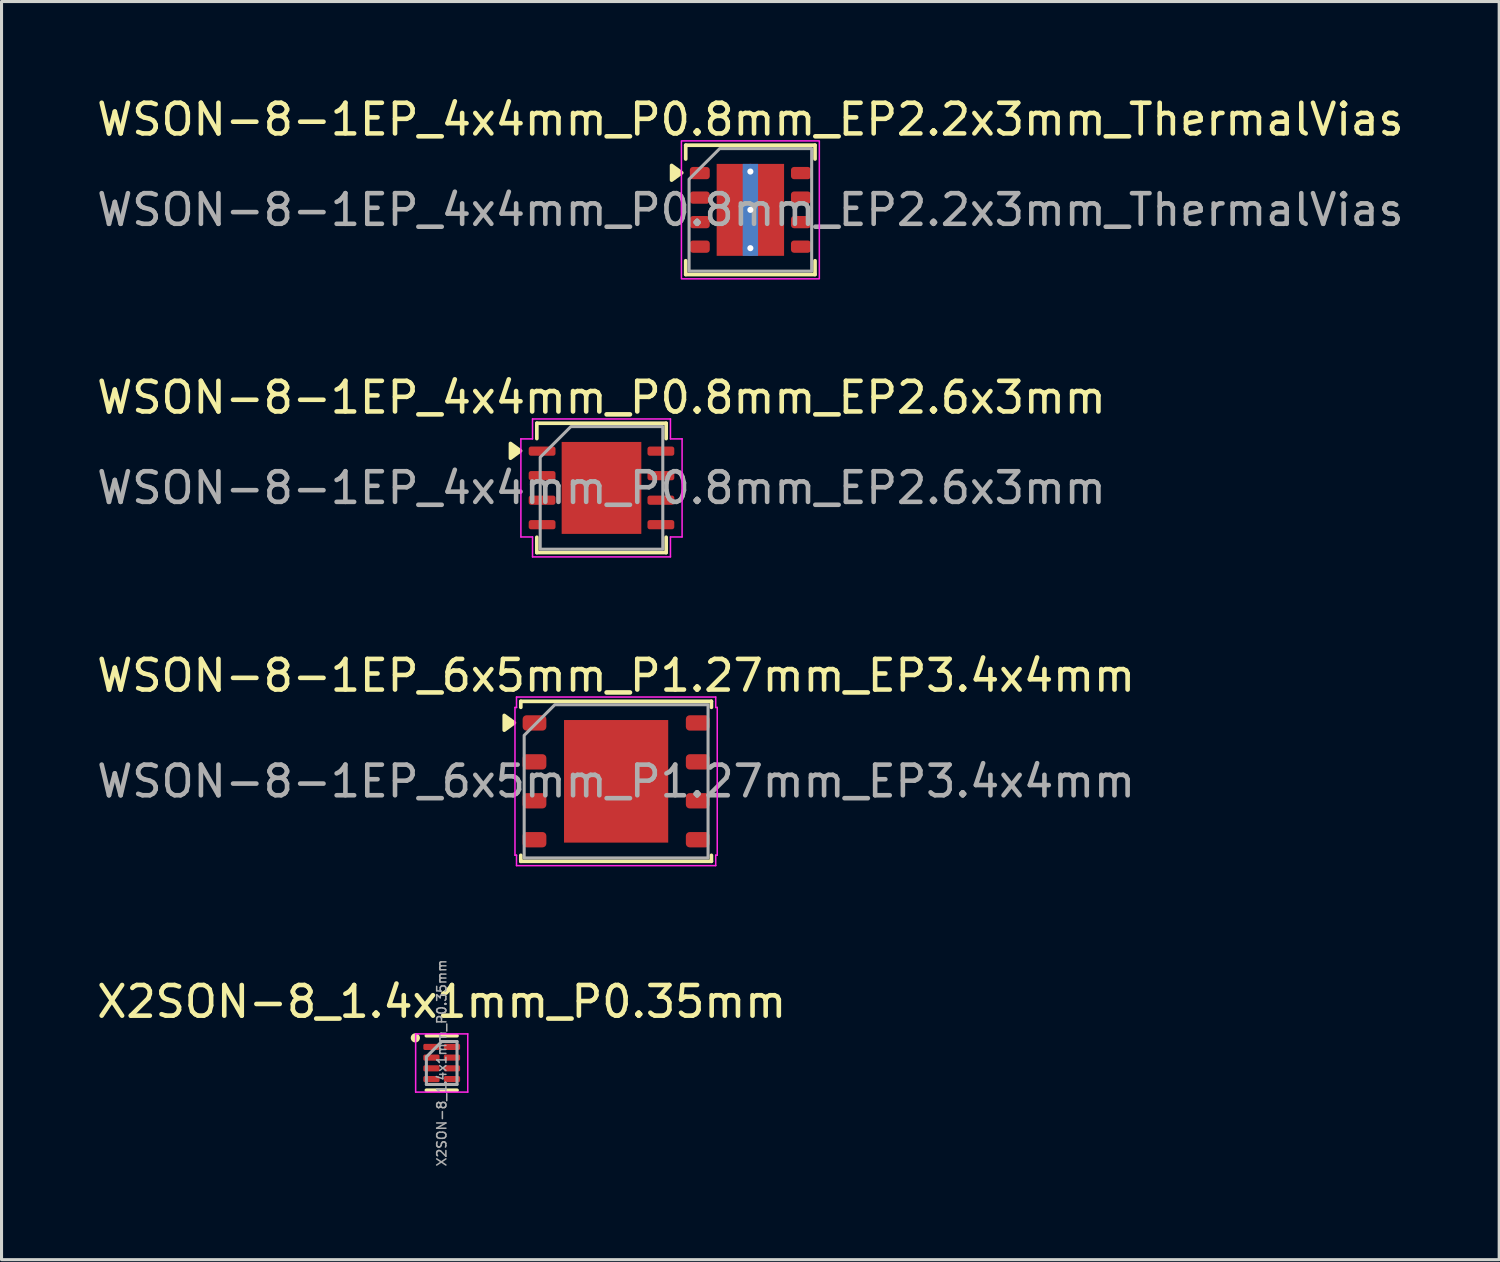
<source format=kicad_pcb>
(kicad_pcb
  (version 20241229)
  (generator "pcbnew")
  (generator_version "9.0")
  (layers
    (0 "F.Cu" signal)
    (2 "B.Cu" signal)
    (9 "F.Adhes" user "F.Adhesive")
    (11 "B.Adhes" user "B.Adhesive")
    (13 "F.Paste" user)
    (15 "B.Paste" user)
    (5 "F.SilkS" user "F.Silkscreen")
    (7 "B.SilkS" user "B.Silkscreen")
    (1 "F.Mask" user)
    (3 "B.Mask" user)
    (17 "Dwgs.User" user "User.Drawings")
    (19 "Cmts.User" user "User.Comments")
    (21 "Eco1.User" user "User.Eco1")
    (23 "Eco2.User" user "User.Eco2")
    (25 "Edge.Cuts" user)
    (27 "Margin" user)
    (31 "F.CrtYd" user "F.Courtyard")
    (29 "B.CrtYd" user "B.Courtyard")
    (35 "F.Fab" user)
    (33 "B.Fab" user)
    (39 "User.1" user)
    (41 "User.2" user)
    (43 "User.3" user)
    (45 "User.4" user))
  (footprint "X2SON-8_1.4x1mm_P0.35mm"
    (layer "F.Cu")
    (at 11.363 31.636)
    (property "Reference" "X2SON-8_1.4x1mm_P0.35mm" (at 0 -2 0) (layer "F.SilkS") (effects (font (size 1 1) (thickness 0.15))))
    (attr smd)
    (fp_line (start 0.5 -0.89) (end -0.5 -0.89) (stroke (width 0.12) (type solid)) (layer "F.SilkS"))
    (fp_line (start 0.5 0.89) (end -0.5 0.89) (stroke (width 0.12) (type solid)) (layer "F.SilkS"))
    (fp_circle (center -0.86 -0.82) (end -0.71 -0.82) (stroke (width 0) (type solid)) (fill yes) (layer "F.SilkS"))
    (fp_line (start -0.85 -0.95) (end 0.85 -0.95) (stroke (width 0.05) (type solid)) (layer "F.CrtYd"))
    (fp_line (start -0.85 0.95) (end -0.85 -0.95) (stroke (width 0.05) (type solid)) (layer "F.CrtYd"))
    (fp_line (start 0.85 -0.95) (end 0.85 0.95) (stroke (width 0.05) (type solid)) (layer "F.CrtYd"))
    (fp_line (start 0.85 0.95) (end -0.85 0.95) (stroke (width 0.05) (type solid)) (layer "F.CrtYd"))
    (fp_line (start -0.5 0.7) (end -0.5 -0.2) (stroke (width 0.1) (type solid)) (layer "F.Fab"))
    (fp_line (start 0 -0.7) (end -0.5 -0.2) (stroke (width 0.1) (type solid)) (layer "F.Fab"))
    (fp_line (start 0 -0.7) (end 0.5 -0.7) (stroke (width 0.1) (type solid)) (layer "F.Fab"))
    (fp_line (start 0.5 -0.7) (end 0.5 0.7) (stroke (width 0.1) (type solid)) (layer "F.Fab"))
    (fp_line (start 0.5 0.7) (end -0.5 0.7) (stroke (width 0.1) (type solid)) (layer "F.Fab"))
    (fp_text user "${REFERENCE}" (at 0 0 90) (layer "F.Fab") (effects (font (size 0.3 0.3) (thickness 0.05))))
    (pad "1" smd roundrect (at -0.335 -0.525 270) (size 0.2 0.53) (layers "F.Cu" "F.Mask" "F.Paste") (roundrect_rratio 0.25))
    (pad "2" smd roundrect (at -0.335 -0.175 270) (size 0.2 0.53) (layers "F.Cu" "F.Mask" "F.Paste") (roundrect_rratio 0.25))
    (pad "3" smd roundrect (at -0.335 0.175 270) (size 0.2 0.53) (layers "F.Cu" "F.Mask" "F.Paste") (roundrect_rratio 0.25))
    (pad "4" smd roundrect (at -0.335 0.525 270) (size 0.2 0.53) (layers "F.Cu" "F.Mask" "F.Paste") (roundrect_rratio 0.25))
    (pad "5" smd roundrect (at 0.335 0.525 270) (size 0.2 0.53) (layers "F.Cu" "F.Mask" "F.Paste") (roundrect_rratio 0.25))
    (pad "6" smd roundrect (at 0.335 0.175 270) (size 0.2 0.53) (layers "F.Cu" "F.Mask" "F.Paste") (roundrect_rratio 0.25))
    (pad "7" smd roundrect (at 0.335 -0.175 270) (size 0.2 0.53) (layers "F.Cu" "F.Mask" "F.Paste") (roundrect_rratio 0.25))
    (pad "8" smd roundrect (at 0.335 -0.525 270) (size 0.2 0.53) (layers "F.Cu" "F.Mask" "F.Paste") (roundrect_rratio 0.25)))
  (footprint "WSON-8-1EP_6x5mm_P1.27mm_EP3.4x4mm"
    (layer "F.Cu")
    (at 17.054 22.445)
    (property "Reference" "WSON-8-1EP_6x5mm_P1.27mm_EP3.4x4mm" (at 0 -3.45 0) (layer "F.SilkS") (effects (font (size 1 1) (thickness 0.15))))
    (attr smd)
    (fp_line (start -3.11 -2.61) (end 3.11 -2.61) (stroke (width 0.12) (type solid)) (layer "F.SilkS"))
    (fp_line (start -3.11 -2.415) (end -3.11 -2.61) (stroke (width 0.12) (type solid)) (layer "F.SilkS"))
    (fp_line (start -3.11 2.61) (end -3.11 2.415) (stroke (width 0.12) (type solid)) (layer "F.SilkS"))
    (fp_line (start 3.11 -2.61) (end 3.11 -2.415) (stroke (width 0.12) (type solid)) (layer "F.SilkS"))
    (fp_line (start 3.11 2.415) (end 3.11 2.61) (stroke (width 0.12) (type solid)) (layer "F.SilkS"))
    (fp_line (start 3.11 2.61) (end -3.11 2.61) (stroke (width 0.12) (type solid)) (layer "F.SilkS"))
    (fp_poly (pts (xy -3.32 -1.91) (xy -3.65 -1.67) (xy -3.65 -2.15)) (stroke (width 0.12) (type solid)) (fill yes) (layer "F.SilkS"))
    (fp_line (start -3.3 -2.41) (end -3.25 -2.41) (stroke (width 0.05) (type solid)) (layer "F.CrtYd"))
    (fp_line (start -3.3 2.41) (end -3.3 -2.41) (stroke (width 0.05) (type solid)) (layer "F.CrtYd"))
    (fp_line (start -3.25 -2.75) (end 3.25 -2.75) (stroke (width 0.05) (type solid)) (layer "F.CrtYd"))
    (fp_line (start -3.25 -2.41) (end -3.25 -2.75) (stroke (width 0.05) (type solid)) (layer "F.CrtYd"))
    (fp_line (start -3.25 2.41) (end -3.3 2.41) (stroke (width 0.05) (type solid)) (layer "F.CrtYd"))
    (fp_line (start -3.25 2.75) (end -3.25 2.41) (stroke (width 0.05) (type solid)) (layer "F.CrtYd"))
    (fp_line (start 3.25 -2.75) (end 3.25 -2.41) (stroke (width 0.05) (type solid)) (layer "F.CrtYd"))
    (fp_line (start 3.25 -2.41) (end 3.3 -2.41) (stroke (width 0.05) (type solid)) (layer "F.CrtYd"))
    (fp_line (start 3.25 2.41) (end 3.25 2.75) (stroke (width 0.05) (type solid)) (layer "F.CrtYd"))
    (fp_line (start 3.25 2.75) (end -3.25 2.75) (stroke (width 0.05) (type solid)) (layer "F.CrtYd"))
    (fp_line (start 3.3 -2.41) (end 3.3 2.41) (stroke (width 0.05) (type solid)) (layer "F.CrtYd"))
    (fp_line (start 3.3 2.41) (end 3.25 2.41) (stroke (width 0.05) (type solid)) (layer "F.CrtYd"))
    (fp_poly (pts (xy -3 -1.5) (xy -3 2.5) (xy 3 2.5) (xy 3 -2.5) (xy -2 -2.5)) (stroke (width 0.1) (type solid)) (fill no) (layer "F.Fab"))
    (fp_text user "${REFERENCE}" (at 0 0 0) (layer "F.Fab") (effects (font (size 1 1) (thickness 0.15))))
    (pad "" smd roundrect (at -0.85 -1) (size 1.37 1.61) (layers "F.Paste") (roundrect_rratio 0.182))
    (pad "" smd roundrect (at -0.85 1) (size 1.37 1.61) (layers "F.Paste") (roundrect_rratio 0.182))
    (pad "" smd roundrect (at 0.85 -1) (size 1.37 1.61) (layers "F.Paste") (roundrect_rratio 0.182))
    (pad "" smd roundrect (at 0.85 1) (size 1.37 1.61) (layers "F.Paste") (roundrect_rratio 0.182))
    (pad "1" smd roundrect (at -2.663 -1.905) (size 0.775 0.5) (layers "F.Cu" "F.Mask" "F.Paste") (roundrect_rratio 0.25))
    (pad "2" smd roundrect (at -2.663 -0.635) (size 0.775 0.5) (layers "F.Cu" "F.Mask" "F.Paste") (roundrect_rratio 0.25))
    (pad "3" smd roundrect (at -2.663 0.635) (size 0.775 0.5) (layers "F.Cu" "F.Mask" "F.Paste") (roundrect_rratio 0.25))
    (pad "4" smd roundrect (at -2.663 1.905) (size 0.775 0.5) (layers "F.Cu" "F.Mask" "F.Paste") (roundrect_rratio 0.25))
    (pad "5" smd roundrect (at 2.663 1.905) (size 0.775 0.5) (layers "F.Cu" "F.Mask" "F.Paste") (roundrect_rratio 0.25))
    (pad "6" smd roundrect (at 2.663 0.635) (size 0.775 0.5) (layers "F.Cu" "F.Mask" "F.Paste") (roundrect_rratio 0.25))
    (pad "7" smd roundrect (at 2.663 -0.635) (size 0.775 0.5) (layers "F.Cu" "F.Mask" "F.Paste") (roundrect_rratio 0.25))
    (pad "8" smd roundrect (at 2.663 -1.905) (size 0.775 0.5) (layers "F.Cu" "F.Mask" "F.Paste") (roundrect_rratio 0.25))
    (pad "9" smd rect (at 0 0) (size 3.4 4) (property pad_prop_heatsink) (layers "F.Cu" "F.Mask")))
  (footprint "WSON-8-1EP_4x4mm_P0.8mm_EP2.6x3mm"
    (layer "F.Cu")
    (at 16.577 12.871)
    (property "Reference" "WSON-8-1EP_4x4mm_P0.8mm_EP2.6x3mm" (at 0 -2.95 0) (layer "F.SilkS") (effects (font (size 1 1) (thickness 0.15))))
    (attr smd)
    (fp_line (start -2.11 -2.11) (end 2.11 -2.11) (stroke (width 0.12) (type solid)) (layer "F.SilkS"))
    (fp_line (start -2.11 -1.61) (end -2.11 -2.11) (stroke (width 0.12) (type solid)) (layer "F.SilkS"))
    (fp_line (start -2.11 2.11) (end -2.11 1.61) (stroke (width 0.12) (type solid)) (layer "F.SilkS"))
    (fp_line (start 2.11 -2.11) (end 2.11 -1.61) (stroke (width 0.12) (type solid)) (layer "F.SilkS"))
    (fp_line (start 2.11 1.61) (end 2.11 2.11) (stroke (width 0.12) (type solid)) (layer "F.SilkS"))
    (fp_line (start 2.11 2.11) (end -2.11 2.11) (stroke (width 0.12) (type solid)) (layer "F.SilkS"))
    (fp_poly (pts (xy -2.64 -1.21) (xy -2.97 -0.97) (xy -2.97 -1.45)) (stroke (width 0.12) (type solid)) (fill yes) (layer "F.SilkS"))
    (fp_line (start -2.63 -1.6) (end -2.25 -1.6) (stroke (width 0.05) (type solid)) (layer "F.CrtYd"))
    (fp_line (start -2.63 1.6) (end -2.63 -1.6) (stroke (width 0.05) (type solid)) (layer "F.CrtYd"))
    (fp_line (start -2.25 -2.25) (end 2.25 -2.25) (stroke (width 0.05) (type solid)) (layer "F.CrtYd"))
    (fp_line (start -2.25 -1.6) (end -2.25 -2.25) (stroke (width 0.05) (type solid)) (layer "F.CrtYd"))
    (fp_line (start -2.25 1.6) (end -2.63 1.6) (stroke (width 0.05) (type solid)) (layer "F.CrtYd"))
    (fp_line (start -2.25 2.25) (end -2.25 1.6) (stroke (width 0.05) (type solid)) (layer "F.CrtYd"))
    (fp_line (start 2.25 -2.25) (end 2.25 -1.6) (stroke (width 0.05) (type solid)) (layer "F.CrtYd"))
    (fp_line (start 2.25 -1.6) (end 2.63 -1.6) (stroke (width 0.05) (type solid)) (layer "F.CrtYd"))
    (fp_line (start 2.25 1.6) (end 2.25 2.25) (stroke (width 0.05) (type solid)) (layer "F.CrtYd"))
    (fp_line (start 2.25 2.25) (end -2.25 2.25) (stroke (width 0.05) (type solid)) (layer "F.CrtYd"))
    (fp_line (start 2.63 -1.6) (end 2.63 1.6) (stroke (width 0.05) (type solid)) (layer "F.CrtYd"))
    (fp_line (start 2.63 1.6) (end 2.25 1.6) (stroke (width 0.05) (type solid)) (layer "F.CrtYd"))
    (fp_poly (pts (xy -2 -1) (xy -2 2) (xy 2 2) (xy 2 -2) (xy -1 -2)) (stroke (width 0.1) (type solid)) (fill no) (layer "F.Fab"))
    (fp_text user "${REFERENCE}" (at 0 0 0) (layer "F.Fab") (effects (font (size 1 1) (thickness 0.15))))
    (pad "" smd roundrect (at -0.65 -0.75) (size 1.05 1.21) (layers "F.Paste") (roundrect_rratio 0.238))
    (pad "" smd roundrect (at -0.65 0.75) (size 1.05 1.21) (layers "F.Paste") (roundrect_rratio 0.238))
    (pad "" smd roundrect (at 0.65 -0.75) (size 1.05 1.21) (layers "F.Paste") (roundrect_rratio 0.238))
    (pad "" smd roundrect (at 0.65 0.75) (size 1.05 1.21) (layers "F.Paste") (roundrect_rratio 0.238))
    (pad "1" smd roundrect (at -1.938 -1.2) (size 0.875 0.3) (layers "F.Cu" "F.Mask" "F.Paste") (roundrect_rratio 0.25))
    (pad "2" smd roundrect (at -1.938 -0.4) (size 0.875 0.3) (layers "F.Cu" "F.Mask" "F.Paste") (roundrect_rratio 0.25))
    (pad "3" smd roundrect (at -1.938 0.4) (size 0.875 0.3) (layers "F.Cu" "F.Mask" "F.Paste") (roundrect_rratio 0.25))
    (pad "4" smd roundrect (at -1.938 1.2) (size 0.875 0.3) (layers "F.Cu" "F.Mask" "F.Paste") (roundrect_rratio 0.25))
    (pad "5" smd roundrect (at 1.938 1.2) (size 0.875 0.3) (layers "F.Cu" "F.Mask" "F.Paste") (roundrect_rratio 0.25))
    (pad "6" smd roundrect (at 1.938 0.4) (size 0.875 0.3) (layers "F.Cu" "F.Mask" "F.Paste") (roundrect_rratio 0.25))
    (pad "7" smd roundrect (at 1.938 -0.4) (size 0.875 0.3) (layers "F.Cu" "F.Mask" "F.Paste") (roundrect_rratio 0.25))
    (pad "8" smd roundrect (at 1.938 -1.2) (size 0.875 0.3) (layers "F.Cu" "F.Mask" "F.Paste") (roundrect_rratio 0.25))
    (pad "9" smd rect (at 0 0) (size 2.6 3) (property pad_prop_heatsink) (layers "F.Cu" "F.Mask")))
  (footprint "WSON-8-1EP_4x4mm_P0.8mm_EP2.2x3mm_ThermalVias"
    (layer "F.Cu")
    (at 21.435 3.798)
    (property "Reference" "WSON-8-1EP_4x4mm_P0.8mm_EP2.2x3mm_ThermalVias" (at 0 -2.95 0) (layer "F.SilkS") (effects (font (size 1 1) (thickness 0.15))))
    (attr smd)
    (fp_line (start -2.11 -2.11) (end 2.11 -2.11) (stroke (width 0.12) (type solid)) (layer "F.SilkS"))
    (fp_line (start -2.11 -1.66) (end -2.11 -2.11) (stroke (width 0.12) (type solid)) (layer "F.SilkS"))
    (fp_line (start -2.11 2.11) (end -2.11 1.66) (stroke (width 0.12) (type solid)) (layer "F.SilkS"))
    (fp_line (start 2.11 -2.11) (end 2.11 -1.66) (stroke (width 0.12) (type solid)) (layer "F.SilkS"))
    (fp_line (start 2.11 1.66) (end 2.11 2.11) (stroke (width 0.12) (type solid)) (layer "F.SilkS"))
    (fp_line (start 2.11 2.11) (end -2.11 2.11) (stroke (width 0.12) (type solid)) (layer "F.SilkS"))
    (fp_poly (pts (xy -2.24 -1.21) (xy -2.57 -0.97) (xy -2.57 -1.45)) (stroke (width 0.12) (type solid)) (fill yes) (layer "F.SilkS"))
    (fp_rect (start -2.25 -2.25) (end 2.25 2.25) (stroke (width 0.05) (type solid)) (fill no) (layer "F.CrtYd"))
    (fp_poly (pts (xy -2 -1) (xy -2 2) (xy 2 2) (xy 2 -2) (xy -1 -2)) (stroke (width 0.1) (type solid)) (fill no) (layer "F.Fab"))
    (fp_text user "${REFERENCE}" (at 0 0 0) (layer "F.Fab") (effects (font (size 1 1) (thickness 0.15))))
    (pad "" smd roundrect (at -0.55 -0.75) (size 0.89 1.21) (layers "F.Paste") (roundrect_rratio 0.25))
    (pad "" smd roundrect (at -0.55 0.75) (size 0.89 1.21) (layers "F.Paste") (roundrect_rratio 0.25))
    (pad "" smd roundrect (at 0.55 -0.75) (size 0.89 1.21) (layers "F.Paste") (roundrect_rratio 0.25))
    (pad "" smd roundrect (at 0.55 0.75) (size 0.89 1.21) (layers "F.Paste") (roundrect_rratio 0.25))
    (pad "1" smd roundrect (at -1.65 -1.2) (size 0.65 0.4) (layers "F.Cu" "F.Mask" "F.Paste") (roundrect_rratio 0.25))
    (pad "2" smd roundrect (at -1.65 -0.4) (size 0.65 0.4) (layers "F.Cu" "F.Mask" "F.Paste") (roundrect_rratio 0.25))
    (pad "3" smd roundrect (at -1.65 0.4) (size 0.65 0.4) (layers "F.Cu" "F.Mask" "F.Paste") (roundrect_rratio 0.25))
    (pad "4" smd roundrect (at -1.65 1.2) (size 0.65 0.4) (layers "F.Cu" "F.Mask" "F.Paste") (roundrect_rratio 0.25))
    (pad "5" smd roundrect (at 1.65 1.2) (size 0.65 0.4) (layers "F.Cu" "F.Mask" "F.Paste") (roundrect_rratio 0.25))
    (pad "6" smd roundrect (at 1.65 0.4) (size 0.65 0.4) (layers "F.Cu" "F.Mask" "F.Paste") (roundrect_rratio 0.25))
    (pad "7" smd roundrect (at 1.65 -0.4) (size 0.65 0.4) (layers "F.Cu" "F.Mask" "F.Paste") (roundrect_rratio 0.25))
    (pad "8" smd roundrect (at 1.65 -1.2) (size 0.65 0.4) (layers "F.Cu" "F.Mask" "F.Paste") (roundrect_rratio 0.25))
    (pad "9" thru_hole circle (at 0 -1.25) (size 0.5 0.5) (drill 0.2) (property pad_prop_heatsink) (layers "*.Cu"))
    (pad "9" thru_hole circle (at 0 0) (size 0.5 0.5) (drill 0.2) (property pad_prop_heatsink) (layers "*.Cu"))
    (pad "9" smd rect (at 0 0) (size 0.5 3) (property pad_prop_heatsink) (layers "B.Cu"))
    (pad "9" smd rect (at 0 0) (size 2.2 3) (property pad_prop_heatsink) (layers "F.Cu" "F.Mask"))
    (pad "9" thru_hole circle (at 0 1.25) (size 0.5 0.5) (drill 0.2) (property pad_prop_heatsink) (layers "*.Cu")))
  (gr_rect
    (start -3 -3)
    (end 45.869 38.053)
    (stroke (width 0.1) (type default))
    (fill no)
    (layer "Edge.Cuts")))
</source>
